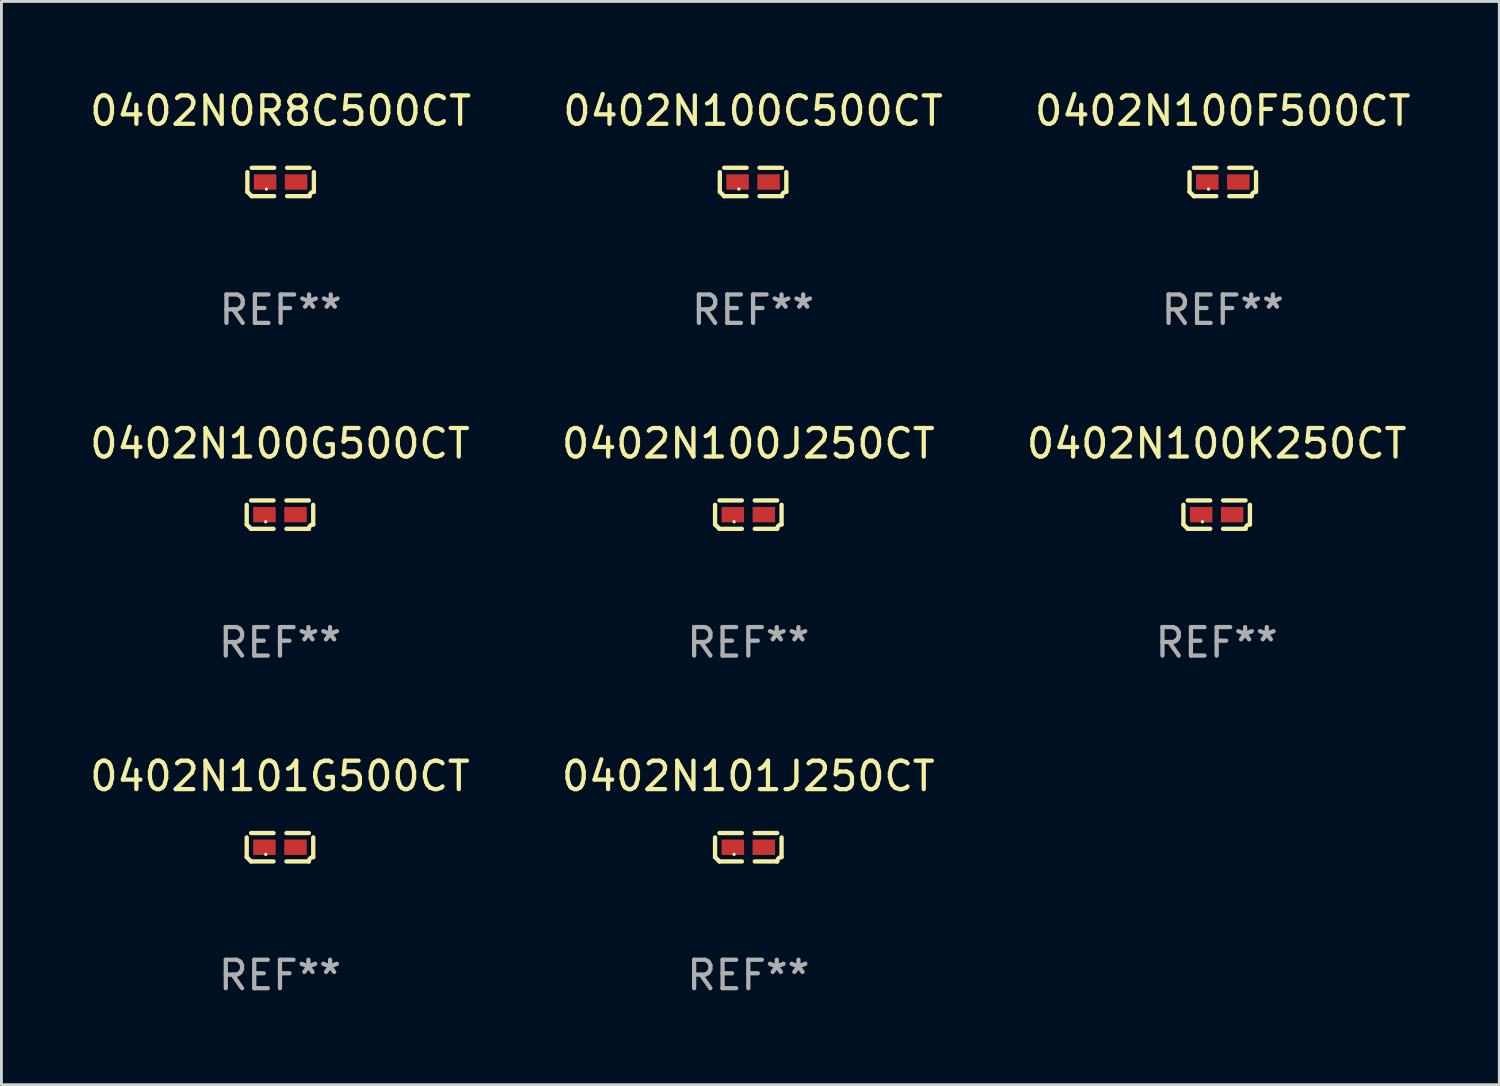
<source format=kicad_pcb>
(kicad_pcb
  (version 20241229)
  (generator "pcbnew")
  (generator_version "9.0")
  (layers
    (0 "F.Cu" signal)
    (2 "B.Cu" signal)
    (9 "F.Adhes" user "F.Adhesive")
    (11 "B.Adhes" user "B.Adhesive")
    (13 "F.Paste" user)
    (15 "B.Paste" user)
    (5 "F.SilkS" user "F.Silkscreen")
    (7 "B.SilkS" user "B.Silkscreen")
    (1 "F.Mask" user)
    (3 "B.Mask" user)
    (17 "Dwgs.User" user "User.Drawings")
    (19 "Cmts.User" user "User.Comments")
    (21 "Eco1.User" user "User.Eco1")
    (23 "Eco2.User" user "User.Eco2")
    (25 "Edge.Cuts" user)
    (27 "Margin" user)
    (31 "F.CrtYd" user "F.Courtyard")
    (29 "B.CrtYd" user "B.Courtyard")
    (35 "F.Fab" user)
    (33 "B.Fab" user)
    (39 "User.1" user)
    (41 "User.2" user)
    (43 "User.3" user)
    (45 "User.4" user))
  (footprint "0402N100C500CT"
    (layer "F.Cu")
    (at 23.423 3.347)
    (property "Reference" "0402N100C500CT" (at 0 -2.499 0) (layer "F.SilkS") (effects (font (size 1 1) (thickness 0.15))))
    (attr through_hole)
    (fp_line (start -1.169 0.346) (end -1.169 -0.346) (stroke (width 0.152) (type solid)) (layer "F.SilkS"))
    (fp_line (start -1.016 -0.499) (end -0.226 -0.499) (stroke (width 0.152) (type solid)) (layer "F.SilkS"))
    (fp_line (start -0.226 0.499) (end -1.016 0.499) (stroke (width 0.152) (type solid)) (layer "F.SilkS"))
    (fp_line (start 0.226 0.499) (end 1.016 0.499) (stroke (width 0.152) (type solid)) (layer "F.SilkS"))
    (fp_line (start 1.016 -0.499) (end 0.226 -0.499) (stroke (width 0.152) (type solid)) (layer "F.SilkS"))
    (fp_line (start 1.169 0.346) (end 1.169 -0.346) (stroke (width 0.152) (type solid)) (layer "F.SilkS"))
    (fp_arc (start -1.016307 0.498603) (mid -1.092512 0.422405) (end -1.16871 0.3462) (stroke (width 0.1524) (type solid)) (layer "F.SilkS"))
    (fp_arc (start 1.016307 0.498603) (mid 1.060899 0.390758) (end 1.168707 0.346076) (stroke (width 0.1524) (type solid)) (layer "F.SilkS"))
    (fp_circle (center -0.5 0.25) (end -0.47 0.25) (stroke (width 0.06) (type solid)) (fill no) (layer "F.SilkS"))
    (fp_text user "REF**" (at 0 4.499 0) (layer "F.Fab") (effects (font (size 1 1) (thickness 0.15))))
    (pad "1" smd rect (at -0.545 0) (size 0.79 0.54) (layers "F.Cu" "F.Mask" "F.Paste"))
    (pad "2" smd rect (at 0.545 0) (size 0.79 0.54) (layers "F.Cu" "F.Mask" "F.Paste")))
  (footprint "0402N101J250CT"
    (layer "F.Cu")
    (at 23.256 26.734)
    (property "Reference" "0402N101J250CT" (at 0 -2.499 0) (layer "F.SilkS") (effects (font (size 1 1) (thickness 0.15))))
    (attr through_hole)
    (fp_line (start -1.169 0.346) (end -1.169 -0.346) (stroke (width 0.152) (type solid)) (layer "F.SilkS"))
    (fp_line (start -1.016 -0.499) (end -0.226 -0.499) (stroke (width 0.152) (type solid)) (layer "F.SilkS"))
    (fp_line (start -0.226 0.499) (end -1.016 0.499) (stroke (width 0.152) (type solid)) (layer "F.SilkS"))
    (fp_line (start 0.226 0.499) (end 1.016 0.499) (stroke (width 0.152) (type solid)) (layer "F.SilkS"))
    (fp_line (start 1.016 -0.499) (end 0.226 -0.499) (stroke (width 0.152) (type solid)) (layer "F.SilkS"))
    (fp_line (start 1.169 0.346) (end 1.169 -0.346) (stroke (width 0.152) (type solid)) (layer "F.SilkS"))
    (fp_arc (start -1.016307 0.498603) (mid -1.092512 0.422405) (end -1.16871 0.3462) (stroke (width 0.1524) (type solid)) (layer "F.SilkS"))
    (fp_arc (start 1.016307 0.498603) (mid 1.060899 0.390758) (end 1.168707 0.346076) (stroke (width 0.1524) (type solid)) (layer "F.SilkS"))
    (fp_circle (center -0.5 0.25) (end -0.47 0.25) (stroke (width 0.06) (type solid)) (fill no) (layer "F.SilkS"))
    (fp_text user "REF**" (at 0 4.499 0) (layer "F.Fab") (effects (font (size 1 1) (thickness 0.15))))
    (pad "1" smd rect (at -0.545 0) (size 0.79 0.54) (layers "F.Cu" "F.Mask" "F.Paste"))
    (pad "2" smd rect (at 0.545 0) (size 0.79 0.54) (layers "F.Cu" "F.Mask" "F.Paste")))
  (footprint "0402N100G500CT"
    (layer "F.Cu")
    (at 6.792 15.041)
    (property "Reference" "0402N100G500CT" (at 0 -2.499 0) (layer "F.SilkS") (effects (font (size 1 1) (thickness 0.15))))
    (attr through_hole)
    (fp_line (start -1.169 0.346) (end -1.169 -0.346) (stroke (width 0.152) (type solid)) (layer "F.SilkS"))
    (fp_line (start -1.016 -0.499) (end -0.226 -0.499) (stroke (width 0.152) (type solid)) (layer "F.SilkS"))
    (fp_line (start -0.226 0.499) (end -1.016 0.499) (stroke (width 0.152) (type solid)) (layer "F.SilkS"))
    (fp_line (start 0.226 0.499) (end 1.016 0.499) (stroke (width 0.152) (type solid)) (layer "F.SilkS"))
    (fp_line (start 1.016 -0.499) (end 0.226 -0.499) (stroke (width 0.152) (type solid)) (layer "F.SilkS"))
    (fp_line (start 1.169 0.346) (end 1.169 -0.346) (stroke (width 0.152) (type solid)) (layer "F.SilkS"))
    (fp_arc (start -1.016307 0.498603) (mid -1.092512 0.422405) (end -1.16871 0.3462) (stroke (width 0.1524) (type solid)) (layer "F.SilkS"))
    (fp_arc (start 1.016307 0.498603) (mid 1.060899 0.390758) (end 1.168707 0.346076) (stroke (width 0.1524) (type solid)) (layer "F.SilkS"))
    (fp_circle (center -0.5 0.25) (end -0.47 0.25) (stroke (width 0.06) (type solid)) (fill no) (layer "F.SilkS"))
    (fp_text user "REF**" (at 0 4.499 0) (layer "F.Fab") (effects (font (size 1 1) (thickness 0.15))))
    (pad "1" smd rect (at -0.545 0) (size 0.79 0.54) (layers "F.Cu" "F.Mask" "F.Paste"))
    (pad "2" smd rect (at 0.545 0) (size 0.79 0.54) (layers "F.Cu" "F.Mask" "F.Paste")))
  (footprint "0402N100F500CT"
    (layer "F.Cu")
    (at 39.935 3.347)
    (property "Reference" "0402N100F500CT" (at 0 -2.499 0) (layer "F.SilkS") (effects (font (size 1 1) (thickness 0.15))))
    (attr through_hole)
    (fp_line (start -1.169 0.346) (end -1.169 -0.346) (stroke (width 0.152) (type solid)) (layer "F.SilkS"))
    (fp_line (start -1.016 -0.499) (end -0.226 -0.499) (stroke (width 0.152) (type solid)) (layer "F.SilkS"))
    (fp_line (start -0.226 0.499) (end -1.016 0.499) (stroke (width 0.152) (type solid)) (layer "F.SilkS"))
    (fp_line (start 0.226 0.499) (end 1.016 0.499) (stroke (width 0.152) (type solid)) (layer "F.SilkS"))
    (fp_line (start 1.016 -0.499) (end 0.226 -0.499) (stroke (width 0.152) (type solid)) (layer "F.SilkS"))
    (fp_line (start 1.169 0.346) (end 1.169 -0.346) (stroke (width 0.152) (type solid)) (layer "F.SilkS"))
    (fp_arc (start -1.016307 0.498603) (mid -1.092512 0.422405) (end -1.16871 0.3462) (stroke (width 0.1524) (type solid)) (layer "F.SilkS"))
    (fp_arc (start 1.016307 0.498603) (mid 1.060899 0.390758) (end 1.168707 0.346076) (stroke (width 0.1524) (type solid)) (layer "F.SilkS"))
    (fp_circle (center -0.5 0.25) (end -0.47 0.25) (stroke (width 0.06) (type solid)) (fill no) (layer "F.SilkS"))
    (fp_text user "REF**" (at 0 4.499 0) (layer "F.Fab") (effects (font (size 1 1) (thickness 0.15))))
    (pad "1" smd rect (at -0.545 0) (size 0.79 0.54) (layers "F.Cu" "F.Mask" "F.Paste"))
    (pad "2" smd rect (at 0.545 0) (size 0.79 0.54) (layers "F.Cu" "F.Mask" "F.Paste")))
  (footprint "0402N101G500CT"
    (layer "F.Cu")
    (at 6.792 26.734)
    (property "Reference" "0402N101G500CT" (at 0 -2.499 0) (layer "F.SilkS") (effects (font (size 1 1) (thickness 0.15))))
    (attr through_hole)
    (fp_line (start -1.169 0.346) (end -1.169 -0.346) (stroke (width 0.152) (type solid)) (layer "F.SilkS"))
    (fp_line (start -1.016 -0.499) (end -0.226 -0.499) (stroke (width 0.152) (type solid)) (layer "F.SilkS"))
    (fp_line (start -0.226 0.499) (end -1.016 0.499) (stroke (width 0.152) (type solid)) (layer "F.SilkS"))
    (fp_line (start 0.226 0.499) (end 1.016 0.499) (stroke (width 0.152) (type solid)) (layer "F.SilkS"))
    (fp_line (start 1.016 -0.499) (end 0.226 -0.499) (stroke (width 0.152) (type solid)) (layer "F.SilkS"))
    (fp_line (start 1.169 0.346) (end 1.169 -0.346) (stroke (width 0.152) (type solid)) (layer "F.SilkS"))
    (fp_arc (start -1.016307 0.498603) (mid -1.092512 0.422405) (end -1.16871 0.3462) (stroke (width 0.1524) (type solid)) (layer "F.SilkS"))
    (fp_arc (start 1.016307 0.498603) (mid 1.060899 0.390758) (end 1.168707 0.346076) (stroke (width 0.1524) (type solid)) (layer "F.SilkS"))
    (fp_circle (center -0.5 0.25) (end -0.47 0.25) (stroke (width 0.06) (type solid)) (fill no) (layer "F.SilkS"))
    (fp_text user "REF**" (at 0 4.499 0) (layer "F.Fab") (effects (font (size 1 1) (thickness 0.15))))
    (pad "1" smd rect (at -0.545 0) (size 0.79 0.54) (layers "F.Cu" "F.Mask" "F.Paste"))
    (pad "2" smd rect (at 0.545 0) (size 0.79 0.54) (layers "F.Cu" "F.Mask" "F.Paste")))
  (footprint "0402N0R8C500CT"
    (layer "F.Cu")
    (at 6.815 3.347)
    (property "Reference" "0402N0R8C500CT" (at 0 -2.499 0) (layer "F.SilkS") (effects (font (size 1 1) (thickness 0.15))))
    (attr through_hole)
    (fp_line (start -1.169 0.346) (end -1.169 -0.346) (stroke (width 0.152) (type solid)) (layer "F.SilkS"))
    (fp_line (start -1.016 -0.499) (end -0.226 -0.499) (stroke (width 0.152) (type solid)) (layer "F.SilkS"))
    (fp_line (start -0.226 0.499) (end -1.016 0.499) (stroke (width 0.152) (type solid)) (layer "F.SilkS"))
    (fp_line (start 0.226 0.499) (end 1.016 0.499) (stroke (width 0.152) (type solid)) (layer "F.SilkS"))
    (fp_line (start 1.016 -0.499) (end 0.226 -0.499) (stroke (width 0.152) (type solid)) (layer "F.SilkS"))
    (fp_line (start 1.169 0.346) (end 1.169 -0.346) (stroke (width 0.152) (type solid)) (layer "F.SilkS"))
    (fp_arc (start -1.016307 0.498603) (mid -1.092512 0.422405) (end -1.16871 0.3462) (stroke (width 0.1524) (type solid)) (layer "F.SilkS"))
    (fp_arc (start 1.016307 0.498603) (mid 1.060899 0.390758) (end 1.168707 0.346076) (stroke (width 0.1524) (type solid)) (layer "F.SilkS"))
    (fp_circle (center -0.5 0.25) (end -0.47 0.25) (stroke (width 0.06) (type solid)) (fill no) (layer "F.SilkS"))
    (fp_text user "REF**" (at 0 4.499 0) (layer "F.Fab") (effects (font (size 1 1) (thickness 0.15))))
    (pad "1" smd rect (at -0.545 0) (size 0.79 0.54) (layers "F.Cu" "F.Mask" "F.Paste"))
    (pad "2" smd rect (at 0.545 0) (size 0.79 0.54) (layers "F.Cu" "F.Mask" "F.Paste")))
  (footprint "0402N100J250CT"
    (layer "F.Cu")
    (at 23.256 15.041)
    (property "Reference" "0402N100J250CT" (at 0 -2.499 0) (layer "F.SilkS") (effects (font (size 1 1) (thickness 0.15))))
    (attr through_hole)
    (fp_line (start -1.169 0.346) (end -1.169 -0.346) (stroke (width 0.152) (type solid)) (layer "F.SilkS"))
    (fp_line (start -1.016 -0.499) (end -0.226 -0.499) (stroke (width 0.152) (type solid)) (layer "F.SilkS"))
    (fp_line (start -0.226 0.499) (end -1.016 0.499) (stroke (width 0.152) (type solid)) (layer "F.SilkS"))
    (fp_line (start 0.226 0.499) (end 1.016 0.499) (stroke (width 0.152) (type solid)) (layer "F.SilkS"))
    (fp_line (start 1.016 -0.499) (end 0.226 -0.499) (stroke (width 0.152) (type solid)) (layer "F.SilkS"))
    (fp_line (start 1.169 0.346) (end 1.169 -0.346) (stroke (width 0.152) (type solid)) (layer "F.SilkS"))
    (fp_arc (start -1.016307 0.498603) (mid -1.092512 0.422405) (end -1.16871 0.3462) (stroke (width 0.1524) (type solid)) (layer "F.SilkS"))
    (fp_arc (start 1.016307 0.498603) (mid 1.060899 0.390758) (end 1.168707 0.346076) (stroke (width 0.1524) (type solid)) (layer "F.SilkS"))
    (fp_circle (center -0.5 0.25) (end -0.47 0.25) (stroke (width 0.06) (type solid)) (fill no) (layer "F.SilkS"))
    (fp_text user "REF**" (at 0 4.499 0) (layer "F.Fab") (effects (font (size 1 1) (thickness 0.15))))
    (pad "1" smd rect (at -0.545 0) (size 0.79 0.54) (layers "F.Cu" "F.Mask" "F.Paste"))
    (pad "2" smd rect (at 0.545 0) (size 0.79 0.54) (layers "F.Cu" "F.Mask" "F.Paste")))
  (footprint "0402N100K250CT"
    (layer "F.Cu")
    (at 39.72 15.041)
    (property "Reference" "0402N100K250CT" (at 0 -2.499 0) (layer "F.SilkS") (effects (font (size 1 1) (thickness 0.15))))
    (attr through_hole)
    (fp_line (start -1.169 0.346) (end -1.169 -0.346) (stroke (width 0.152) (type solid)) (layer "F.SilkS"))
    (fp_line (start -1.016 -0.499) (end -0.226 -0.499) (stroke (width 0.152) (type solid)) (layer "F.SilkS"))
    (fp_line (start -0.226 0.499) (end -1.016 0.499) (stroke (width 0.152) (type solid)) (layer "F.SilkS"))
    (fp_line (start 0.226 0.499) (end 1.016 0.499) (stroke (width 0.152) (type solid)) (layer "F.SilkS"))
    (fp_line (start 1.016 -0.499) (end 0.226 -0.499) (stroke (width 0.152) (type solid)) (layer "F.SilkS"))
    (fp_line (start 1.169 0.346) (end 1.169 -0.346) (stroke (width 0.152) (type solid)) (layer "F.SilkS"))
    (fp_arc (start -1.016307 0.498603) (mid -1.092512 0.422405) (end -1.16871 0.3462) (stroke (width 0.1524) (type solid)) (layer "F.SilkS"))
    (fp_arc (start 1.016307 0.498603) (mid 1.060899 0.390758) (end 1.168707 0.346076) (stroke (width 0.1524) (type solid)) (layer "F.SilkS"))
    (fp_circle (center -0.5 0.25) (end -0.47 0.25) (stroke (width 0.06) (type solid)) (fill no) (layer "F.SilkS"))
    (fp_text user "REF**" (at 0 4.499 0) (layer "F.Fab") (effects (font (size 1 1) (thickness 0.15))))
    (pad "1" smd rect (at -0.545 0) (size 0.79 0.54) (layers "F.Cu" "F.Mask" "F.Paste"))
    (pad "2" smd rect (at 0.545 0) (size 0.79 0.54) (layers "F.Cu" "F.Mask" "F.Paste")))
  (gr_rect
    (start -3 -3)
    (end 49.655 35.081)
    (stroke (width 0.1) (type default))
    (fill no)
    (layer "Edge.Cuts")))
</source>
